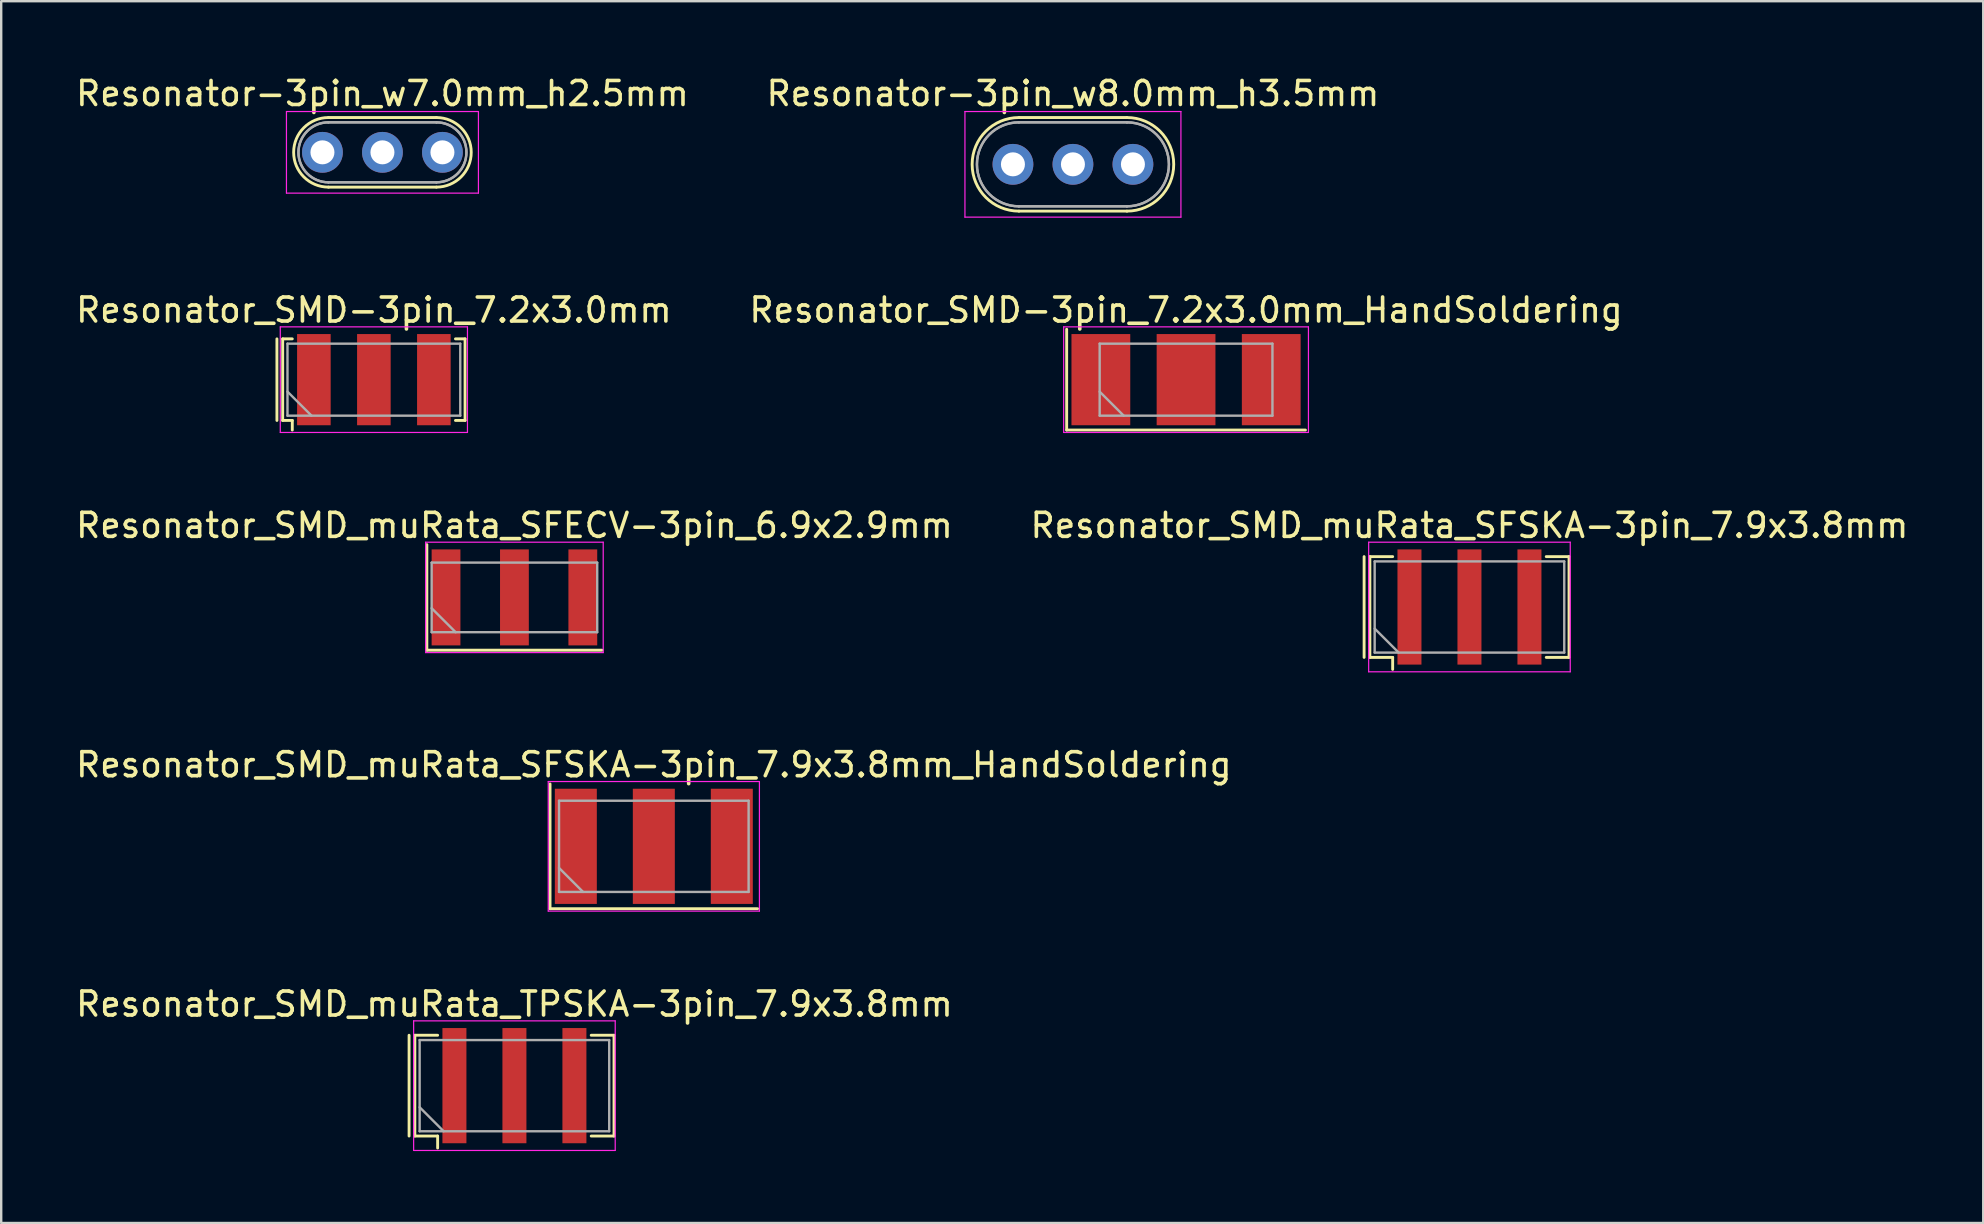
<source format=kicad_pcb>
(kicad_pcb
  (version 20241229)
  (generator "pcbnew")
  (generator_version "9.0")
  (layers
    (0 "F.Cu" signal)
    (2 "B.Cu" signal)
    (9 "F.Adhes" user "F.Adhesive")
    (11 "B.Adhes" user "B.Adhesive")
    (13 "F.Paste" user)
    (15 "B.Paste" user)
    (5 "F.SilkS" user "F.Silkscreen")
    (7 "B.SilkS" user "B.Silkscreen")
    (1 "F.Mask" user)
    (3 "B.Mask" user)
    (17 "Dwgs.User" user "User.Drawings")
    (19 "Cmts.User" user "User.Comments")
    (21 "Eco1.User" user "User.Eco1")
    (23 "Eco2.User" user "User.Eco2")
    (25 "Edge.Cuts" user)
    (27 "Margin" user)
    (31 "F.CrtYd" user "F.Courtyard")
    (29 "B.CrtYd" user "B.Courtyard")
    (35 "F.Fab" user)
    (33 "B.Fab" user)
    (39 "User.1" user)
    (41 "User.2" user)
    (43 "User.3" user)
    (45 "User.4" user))
  (footprint "Resonator-3pin_w8.0mm_h3.5mm"
    (layer "F.Cu")
    (at 39.161 3.798)
    (property "Reference" "Resonator-3pin_w8.0mm_h3.5mm" (at 2.5 -2.95 0) (layer "F.SilkS") (effects (font (size 1 1) (thickness 0.15))))
    (attr through_hole)
    (fp_line (start 0.25 -1.95) (end 4.75 -1.95) (stroke (width 0.12) (type solid)) (layer "F.SilkS"))
    (fp_line (start 0.25 1.95) (end 4.75 1.95) (stroke (width 0.12) (type solid)) (layer "F.SilkS"))
    (fp_arc (start 0.25 1.95) (mid -1.7 0) (end 0.25 -1.95) (stroke (width 0.12) (type solid)) (layer "F.SilkS"))
    (fp_arc (start 4.75 -1.95) (mid 6.7 0) (end 4.75 1.95) (stroke (width 0.12) (type solid)) (layer "F.SilkS"))
    (fp_line (start -2 -2.2) (end -2 2.2) (stroke (width 0.05) (type solid)) (layer "F.CrtYd"))
    (fp_line (start -2 2.2) (end 7 2.2) (stroke (width 0.05) (type solid)) (layer "F.CrtYd"))
    (fp_line (start 7 -2.2) (end -2 -2.2) (stroke (width 0.05) (type solid)) (layer "F.CrtYd"))
    (fp_line (start 7 2.2) (end 7 -2.2) (stroke (width 0.05) (type solid)) (layer "F.CrtYd"))
    (fp_line (start 0.25 -1.75) (end 4.75 -1.75) (stroke (width 0.1) (type solid)) (layer "F.Fab"))
    (fp_line (start 0.25 -1.75) (end 4.75 -1.75) (stroke (width 0.1) (type solid)) (layer "F.Fab"))
    (fp_line (start 0.25 1.75) (end 4.75 1.75) (stroke (width 0.1) (type solid)) (layer "F.Fab"))
    (fp_line (start 0.25 1.75) (end 4.75 1.75) (stroke (width 0.1) (type solid)) (layer "F.Fab"))
    (fp_arc (start 0.25 1.75) (mid -1.5 0) (end 0.25 -1.75) (stroke (width 0.1) (type solid)) (layer "F.Fab"))
    (fp_arc (start 0.25 1.75) (mid -1.5 0) (end 0.25 -1.75) (stroke (width 0.1) (type solid)) (layer "F.Fab"))
    (fp_arc (start 4.75 -1.75) (mid 6.5 0) (end 4.75 1.75) (stroke (width 0.1) (type solid)) (layer "F.Fab"))
    (fp_arc (start 4.75 -1.75) (mid 6.5 0) (end 4.75 1.75) (stroke (width 0.1) (type solid)) (layer "F.Fab"))
    (pad "1" thru_hole circle (at 0 0) (size 1.7 1.7) (drill 1) (layers "*.Cu" "*.Mask"))
    (pad "2" thru_hole circle (at 2.5 0) (size 1.7 1.7) (drill 1) (layers "*.Cu" "*.Mask"))
    (pad "3" thru_hole circle (at 5 0) (size 1.7 1.7) (drill 1) (layers "*.Cu" "*.Mask")))
  (footprint "Resonator-3pin_w7.0mm_h2.5mm"
    (layer "F.Cu")
    (at 10.387 3.298)
    (property "Reference" "Resonator-3pin_w7.0mm_h2.5mm" (at 2.5 -2.45 0) (layer "F.SilkS") (effects (font (size 1 1) (thickness 0.15))))
    (attr through_hole)
    (fp_line (start 0.25 -1.45) (end 4.75 -1.45) (stroke (width 0.12) (type solid)) (layer "F.SilkS"))
    (fp_line (start 0.25 1.45) (end 4.75 1.45) (stroke (width 0.12) (type solid)) (layer "F.SilkS"))
    (fp_arc (start 0.25 1.45) (mid -1.2 0) (end 0.25 -1.45) (stroke (width 0.12) (type solid)) (layer "F.SilkS"))
    (fp_arc (start 4.75 -1.45) (mid 6.2 0) (end 4.75 1.45) (stroke (width 0.12) (type solid)) (layer "F.SilkS"))
    (fp_line (start -1.5 -1.7) (end -1.5 1.7) (stroke (width 0.05) (type solid)) (layer "F.CrtYd"))
    (fp_line (start -1.5 1.7) (end 6.5 1.7) (stroke (width 0.05) (type solid)) (layer "F.CrtYd"))
    (fp_line (start 6.5 -1.7) (end -1.5 -1.7) (stroke (width 0.05) (type solid)) (layer "F.CrtYd"))
    (fp_line (start 6.5 1.7) (end 6.5 -1.7) (stroke (width 0.05) (type solid)) (layer "F.CrtYd"))
    (fp_line (start 0.25 -1.25) (end 4.75 -1.25) (stroke (width 0.1) (type solid)) (layer "F.Fab"))
    (fp_line (start 0.25 -1.25) (end 4.75 -1.25) (stroke (width 0.1) (type solid)) (layer "F.Fab"))
    (fp_line (start 0.25 1.25) (end 4.75 1.25) (stroke (width 0.1) (type solid)) (layer "F.Fab"))
    (fp_line (start 0.25 1.25) (end 4.75 1.25) (stroke (width 0.1) (type solid)) (layer "F.Fab"))
    (fp_arc (start 0.25 1.25) (mid -1 0) (end 0.25 -1.25) (stroke (width 0.1) (type solid)) (layer "F.Fab"))
    (fp_arc (start 0.25 1.25) (mid -1 0) (end 0.25 -1.25) (stroke (width 0.1) (type solid)) (layer "F.Fab"))
    (fp_arc (start 4.75 -1.25) (mid 6 0) (end 4.75 1.25) (stroke (width 0.1) (type solid)) (layer "F.Fab"))
    (fp_arc (start 4.75 -1.25) (mid 6 0) (end 4.75 1.25) (stroke (width 0.1) (type solid)) (layer "F.Fab"))
    (pad "1" thru_hole circle (at 0 0) (size 1.7 1.7) (drill 1) (layers "*.Cu" "*.Mask"))
    (pad "2" thru_hole circle (at 2.5 0) (size 1.7 1.7) (drill 1) (layers "*.Cu" "*.Mask"))
    (pad "3" thru_hole circle (at 5 0) (size 1.7 1.7) (drill 1) (layers "*.Cu" "*.Mask")))
  (footprint "Resonator_SMD_muRata_TPSKA-3pin_7.9x3.8mm"
    (layer "F.Cu")
    (at 18.387 42.191)
    (property "Reference" "Resonator_SMD_muRata_TPSKA-3pin_7.9x3.8mm" (at 0 -3.4 0) (layer "F.SilkS") (effects (font (size 1 1) (thickness 0.15))))
    (attr smd)
    (fp_line (start -4.39 -2.1) (end -4.39 2.1) (stroke (width 0.12) (type solid)) (layer "F.SilkS"))
    (fp_line (start -4.15 -2.1) (end -3.2 -2.1) (stroke (width 0.12) (type solid)) (layer "F.SilkS"))
    (fp_line (start -4.15 2.1) (end -4.15 -2.1) (stroke (width 0.12) (type solid)) (layer "F.SilkS"))
    (fp_line (start -3.2 2.1) (end -4.15 2.1) (stroke (width 0.12) (type solid)) (layer "F.SilkS"))
    (fp_line (start -3.2 2.6) (end -3.2 2.1) (stroke (width 0.12) (type solid)) (layer "F.SilkS"))
    (fp_line (start 3.2 -2.1) (end 4.15 -2.1) (stroke (width 0.12) (type solid)) (layer "F.SilkS"))
    (fp_line (start 4.15 -2.1) (end 4.15 2.1) (stroke (width 0.12) (type solid)) (layer "F.SilkS"))
    (fp_line (start 4.15 2.1) (end 3.2 2.1) (stroke (width 0.12) (type solid)) (layer "F.SilkS"))
    (fp_line (start -4.2 -2.7) (end -4.2 2.7) (stroke (width 0.05) (type solid)) (layer "F.CrtYd"))
    (fp_line (start -4.2 2.7) (end 4.2 2.7) (stroke (width 0.05) (type solid)) (layer "F.CrtYd"))
    (fp_line (start 4.2 -2.7) (end -4.2 -2.7) (stroke (width 0.05) (type solid)) (layer "F.CrtYd"))
    (fp_line (start 4.2 2.7) (end 4.2 -2.7) (stroke (width 0.05) (type solid)) (layer "F.CrtYd"))
    (fp_line (start -3.95 -1.9) (end -3.95 1.9) (stroke (width 0.1) (type solid)) (layer "F.Fab"))
    (fp_line (start -3.95 0.9) (end -2.95 1.9) (stroke (width 0.1) (type solid)) (layer "F.Fab"))
    (fp_line (start -3.95 1.9) (end 3.95 1.9) (stroke (width 0.1) (type solid)) (layer "F.Fab"))
    (fp_line (start 3.95 -1.9) (end -3.95 -1.9) (stroke (width 0.1) (type solid)) (layer "F.Fab"))
    (fp_line (start 3.95 1.9) (end 3.95 -1.9) (stroke (width 0.1) (type solid)) (layer "F.Fab"))
    (pad "1" smd rect (at -2.5 0) (size 1 4.8) (layers "F.Cu" "F.Mask"))
    (pad "2" smd rect (at 0 0) (size 1 4.8) (layers "F.Cu" "F.Mask"))
    (pad "3" smd rect (at 2.5 0) (size 1 4.8) (layers "F.Cu" "F.Mask")))
  (footprint "Resonator_SMD-3pin_7.2x3.0mm_HandSoldering"
    (layer "F.Cu")
    (at 46.375 12.771)
    (property "Reference" "Resonator_SMD-3pin_7.2x3.0mm_HandSoldering" (at 0 -2.9 0) (layer "F.SilkS") (effects (font (size 1 1) (thickness 0.15))))
    (attr smd)
    (fp_line (start -4.975 -2.1) (end -4.975 2.1) (stroke (width 0.12) (type solid)) (layer "F.SilkS"))
    (fp_line (start -4.975 2.1) (end 4.975 2.1) (stroke (width 0.12) (type solid)) (layer "F.SilkS"))
    (fp_line (start -5.1 -2.2) (end -5.1 2.2) (stroke (width 0.05) (type solid)) (layer "F.CrtYd"))
    (fp_line (start -5.1 2.2) (end 5.1 2.2) (stroke (width 0.05) (type solid)) (layer "F.CrtYd"))
    (fp_line (start 5.1 -2.2) (end -5.1 -2.2) (stroke (width 0.05) (type solid)) (layer "F.CrtYd"))
    (fp_line (start 5.1 2.2) (end 5.1 -2.2) (stroke (width 0.05) (type solid)) (layer "F.CrtYd"))
    (fp_line (start -3.6 -1.5) (end -3.6 1.5) (stroke (width 0.1) (type solid)) (layer "F.Fab"))
    (fp_line (start -3.6 0.5) (end -2.6 1.5) (stroke (width 0.1) (type solid)) (layer "F.Fab"))
    (fp_line (start -3.6 1.5) (end 3.6 1.5) (stroke (width 0.1) (type solid)) (layer "F.Fab"))
    (fp_line (start 3.6 -1.5) (end -3.6 -1.5) (stroke (width 0.1) (type solid)) (layer "F.Fab"))
    (fp_line (start 3.6 1.5) (end 3.6 -1.5) (stroke (width 0.1) (type solid)) (layer "F.Fab"))
    (pad "1" smd rect (at -3.55 0) (size 2.45 3.8) (layers "F.Cu" "F.Mask"))
    (pad "2" smd rect (at 0 0) (size 2.45 3.8) (layers "F.Cu" "F.Mask"))
    (pad "3" smd rect (at 3.55 0) (size 2.45 3.8) (layers "F.Cu" "F.Mask")))
  (footprint "Resonator_SMD-3pin_7.2x3.0mm"
    (layer "F.Cu")
    (at 12.53 12.771)
    (property "Reference" "Resonator_SMD-3pin_7.2x3.0mm" (at 0 -2.9 0) (layer "F.SilkS") (effects (font (size 1 1) (thickness 0.15))))
    (attr smd)
    (fp_line (start -4.04 -1.7) (end -4.04 1.7) (stroke (width 0.12) (type solid)) (layer "F.SilkS"))
    (fp_line (start -3.8 -1.7) (end -3.4 -1.7) (stroke (width 0.12) (type solid)) (layer "F.SilkS"))
    (fp_line (start -3.8 1.7) (end -3.8 -1.7) (stroke (width 0.12) (type solid)) (layer "F.SilkS"))
    (fp_line (start -3.4 1.7) (end -3.8 1.7) (stroke (width 0.12) (type solid)) (layer "F.SilkS"))
    (fp_line (start -3.4 2.1) (end -3.4 1.7) (stroke (width 0.12) (type solid)) (layer "F.SilkS"))
    (fp_line (start 3.4 -1.7) (end 3.8 -1.7) (stroke (width 0.12) (type solid)) (layer "F.SilkS"))
    (fp_line (start 3.8 -1.7) (end 3.8 1.7) (stroke (width 0.12) (type solid)) (layer "F.SilkS"))
    (fp_line (start 3.8 1.7) (end 3.4 1.7) (stroke (width 0.12) (type solid)) (layer "F.SilkS"))
    (fp_line (start -3.9 -2.2) (end -3.9 2.2) (stroke (width 0.05) (type solid)) (layer "F.CrtYd"))
    (fp_line (start -3.9 2.2) (end 3.9 2.2) (stroke (width 0.05) (type solid)) (layer "F.CrtYd"))
    (fp_line (start 3.9 -2.2) (end -3.9 -2.2) (stroke (width 0.05) (type solid)) (layer "F.CrtYd"))
    (fp_line (start 3.9 2.2) (end 3.9 -2.2) (stroke (width 0.05) (type solid)) (layer "F.CrtYd"))
    (fp_line (start -3.6 -1.5) (end -3.6 1.5) (stroke (width 0.1) (type solid)) (layer "F.Fab"))
    (fp_line (start -3.6 0.5) (end -2.6 1.5) (stroke (width 0.1) (type solid)) (layer "F.Fab"))
    (fp_line (start -3.6 1.5) (end 3.6 1.5) (stroke (width 0.1) (type solid)) (layer "F.Fab"))
    (fp_line (start 3.6 -1.5) (end -3.6 -1.5) (stroke (width 0.1) (type solid)) (layer "F.Fab"))
    (fp_line (start 3.6 1.5) (end 3.6 -1.5) (stroke (width 0.1) (type solid)) (layer "F.Fab"))
    (pad "1" smd rect (at -2.5 0) (size 1.4 3.8) (layers "F.Cu" "F.Mask"))
    (pad "2" smd rect (at 0 0) (size 1.4 3.8) (layers "F.Cu" "F.Mask"))
    (pad "3" smd rect (at 2.5 0) (size 1.4 3.8) (layers "F.Cu" "F.Mask")))
  (footprint "Resonator_SMD_muRata_SFSKA-3pin_7.9x3.8mm_HandSoldering"
    (layer "F.Cu")
    (at 24.196 32.218)
    (property "Reference" "Resonator_SMD_muRata_SFSKA-3pin_7.9x3.8mm_HandSoldering" (at 0 -3.4 0) (layer "F.SilkS") (effects (font (size 1 1) (thickness 0.15))))
    (attr smd)
    (fp_line (start -4.325 -2.6) (end -4.325 2.6) (stroke (width 0.12) (type solid)) (layer "F.SilkS"))
    (fp_line (start -4.325 2.6) (end 4.325 2.6) (stroke (width 0.12) (type solid)) (layer "F.SilkS"))
    (fp_line (start -4.4 -2.7) (end -4.4 2.7) (stroke (width 0.05) (type solid)) (layer "F.CrtYd"))
    (fp_line (start -4.4 2.7) (end 4.4 2.7) (stroke (width 0.05) (type solid)) (layer "F.CrtYd"))
    (fp_line (start 4.4 -2.7) (end -4.4 -2.7) (stroke (width 0.05) (type solid)) (layer "F.CrtYd"))
    (fp_line (start 4.4 2.7) (end 4.4 -2.7) (stroke (width 0.05) (type solid)) (layer "F.CrtYd"))
    (fp_line (start -3.95 -1.9) (end -3.95 1.9) (stroke (width 0.1) (type solid)) (layer "F.Fab"))
    (fp_line (start -3.95 0.9) (end -2.95 1.9) (stroke (width 0.1) (type solid)) (layer "F.Fab"))
    (fp_line (start -3.95 1.9) (end 3.95 1.9) (stroke (width 0.1) (type solid)) (layer "F.Fab"))
    (fp_line (start 3.95 -1.9) (end -3.95 -1.9) (stroke (width 0.1) (type solid)) (layer "F.Fab"))
    (fp_line (start 3.95 1.9) (end 3.95 -1.9) (stroke (width 0.1) (type solid)) (layer "F.Fab"))
    (pad "1" smd rect (at -3.25 0) (size 1.75 4.8) (layers "F.Cu" "F.Mask"))
    (pad "2" smd rect (at 0 0) (size 1.75 4.8) (layers "F.Cu" "F.Mask"))
    (pad "3" smd rect (at 3.25 0) (size 1.75 4.8) (layers "F.Cu" "F.Mask")))
  (footprint "Resonator_SMD_muRata_SFECV-3pin_6.9x2.9mm"
    (layer "F.Cu")
    (at 18.387 21.845)
    (property "Reference" "Resonator_SMD_muRata_SFECV-3pin_6.9x2.9mm" (at 0 -3 0) (layer "F.SilkS") (effects (font (size 1 1) (thickness 0.15))))
    (attr smd)
    (fp_line (start -3.65 -2.2) (end -3.65 2.2) (stroke (width 0.12) (type solid)) (layer "F.SilkS"))
    (fp_line (start -3.65 2.2) (end 3.65 2.2) (stroke (width 0.12) (type solid)) (layer "F.SilkS"))
    (fp_line (start -3.7 -2.3) (end -3.7 2.3) (stroke (width 0.05) (type solid)) (layer "F.CrtYd"))
    (fp_line (start -3.7 2.3) (end 3.7 2.3) (stroke (width 0.05) (type solid)) (layer "F.CrtYd"))
    (fp_line (start 3.7 -2.3) (end -3.7 -2.3) (stroke (width 0.05) (type solid)) (layer "F.CrtYd"))
    (fp_line (start 3.7 2.3) (end 3.7 -2.3) (stroke (width 0.05) (type solid)) (layer "F.CrtYd"))
    (fp_line (start -3.45 -1.45) (end -3.45 1.45) (stroke (width 0.1) (type solid)) (layer "F.Fab"))
    (fp_line (start -3.45 0.45) (end -2.45 1.45) (stroke (width 0.1) (type solid)) (layer "F.Fab"))
    (fp_line (start -3.45 1.45) (end 3.45 1.45) (stroke (width 0.1) (type solid)) (layer "F.Fab"))
    (fp_line (start 3.45 -1.45) (end -3.45 -1.45) (stroke (width 0.1) (type solid)) (layer "F.Fab"))
    (fp_line (start 3.45 1.45) (end 3.45 -1.45) (stroke (width 0.1) (type solid)) (layer "F.Fab"))
    (pad "1" smd rect (at -2.85 0) (size 1.2 4) (layers "F.Cu" "F.Mask"))
    (pad "2" smd rect (at 0 0) (size 1.2 4) (layers "F.Cu" "F.Mask"))
    (pad "3" smd rect (at 2.85 0) (size 1.2 4) (layers "F.Cu" "F.Mask")))
  (footprint "Resonator_SMD_muRata_SFSKA-3pin_7.9x3.8mm"
    (layer "F.Cu")
    (at 58.185 22.245)
    (property "Reference" "Resonator_SMD_muRata_SFSKA-3pin_7.9x3.8mm" (at 0 -3.4 0) (layer "F.SilkS") (effects (font (size 1 1) (thickness 0.15))))
    (attr smd)
    (fp_line (start -4.39 -2.1) (end -4.39 2.1) (stroke (width 0.12) (type solid)) (layer "F.SilkS"))
    (fp_line (start -4.15 -2.1) (end -3.2 -2.1) (stroke (width 0.12) (type solid)) (layer "F.SilkS"))
    (fp_line (start -4.15 2.1) (end -4.15 -2.1) (stroke (width 0.12) (type solid)) (layer "F.SilkS"))
    (fp_line (start -3.2 2.1) (end -4.15 2.1) (stroke (width 0.12) (type solid)) (layer "F.SilkS"))
    (fp_line (start -3.2 2.6) (end -3.2 2.1) (stroke (width 0.12) (type solid)) (layer "F.SilkS"))
    (fp_line (start 3.2 -2.1) (end 4.15 -2.1) (stroke (width 0.12) (type solid)) (layer "F.SilkS"))
    (fp_line (start 4.15 -2.1) (end 4.15 2.1) (stroke (width 0.12) (type solid)) (layer "F.SilkS"))
    (fp_line (start 4.15 2.1) (end 3.2 2.1) (stroke (width 0.12) (type solid)) (layer "F.SilkS"))
    (fp_line (start -4.2 -2.7) (end -4.2 2.7) (stroke (width 0.05) (type solid)) (layer "F.CrtYd"))
    (fp_line (start -4.2 2.7) (end 4.2 2.7) (stroke (width 0.05) (type solid)) (layer "F.CrtYd"))
    (fp_line (start 4.2 -2.7) (end -4.2 -2.7) (stroke (width 0.05) (type solid)) (layer "F.CrtYd"))
    (fp_line (start 4.2 2.7) (end 4.2 -2.7) (stroke (width 0.05) (type solid)) (layer "F.CrtYd"))
    (fp_line (start -3.95 -1.9) (end -3.95 1.9) (stroke (width 0.1) (type solid)) (layer "F.Fab"))
    (fp_line (start -3.95 0.9) (end -2.95 1.9) (stroke (width 0.1) (type solid)) (layer "F.Fab"))
    (fp_line (start -3.95 1.9) (end 3.95 1.9) (stroke (width 0.1) (type solid)) (layer "F.Fab"))
    (fp_line (start 3.95 -1.9) (end -3.95 -1.9) (stroke (width 0.1) (type solid)) (layer "F.Fab"))
    (fp_line (start 3.95 1.9) (end 3.95 -1.9) (stroke (width 0.1) (type solid)) (layer "F.Fab"))
    (pad "1" smd rect (at -2.5 0) (size 1 4.8) (layers "F.Cu" "F.Mask"))
    (pad "2" smd rect (at 0 0) (size 1 4.8) (layers "F.Cu" "F.Mask"))
    (pad "3" smd rect (at 2.5 0) (size 1 4.8) (layers "F.Cu" "F.Mask")))
  (gr_rect
    (start -3 -3)
    (end 79.595 47.916)
    (stroke (width 0.1) (type default))
    (fill no)
    (layer "Edge.Cuts")))
</source>
